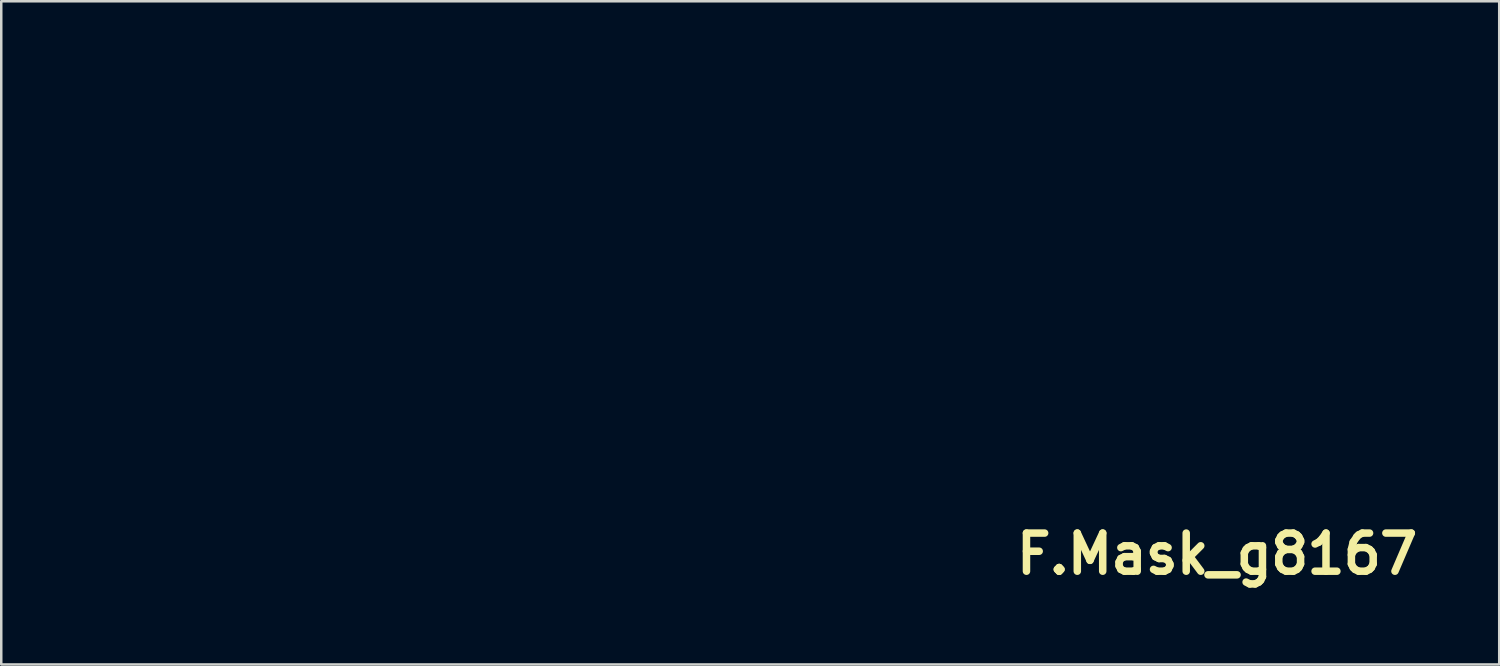
<source format=kicad_pcb>
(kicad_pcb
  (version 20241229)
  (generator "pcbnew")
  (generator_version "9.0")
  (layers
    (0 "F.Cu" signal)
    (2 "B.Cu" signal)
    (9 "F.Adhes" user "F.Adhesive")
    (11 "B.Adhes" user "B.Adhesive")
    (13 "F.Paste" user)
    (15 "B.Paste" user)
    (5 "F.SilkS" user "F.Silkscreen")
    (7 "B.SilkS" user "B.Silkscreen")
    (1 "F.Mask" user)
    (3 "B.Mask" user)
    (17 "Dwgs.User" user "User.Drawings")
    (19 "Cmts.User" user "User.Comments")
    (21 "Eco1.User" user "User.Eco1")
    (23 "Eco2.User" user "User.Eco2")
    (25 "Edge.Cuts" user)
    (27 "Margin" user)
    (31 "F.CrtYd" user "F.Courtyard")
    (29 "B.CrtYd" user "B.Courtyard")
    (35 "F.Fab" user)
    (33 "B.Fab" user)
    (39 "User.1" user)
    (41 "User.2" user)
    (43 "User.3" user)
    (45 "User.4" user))
  (footprint "F.Mask_g8167"
    (layer "F.Cu")
    (at 45.608 19.097)
    (property "Reference" "F.Mask_g8167" (at 0 0 0) (layer "F.SilkS") (effects (font (size 1.524 1.524) (thickness 0.3))))
    (attr through_hole)
    (fp_poly (pts (xy -42.173 -19.066) (xy -41.963 -18.979) (xy -41.752 -18.822) (xy -41.743 -18.814) (xy -41.661 -18.74) (xy -41.595 -18.674) (xy -41.542 -18.607) (xy -41.501 -18.529) (xy -41.47 -18.431) (xy -41.448 -18.303) (xy -41.432 -18.136) (xy -41.421 -17.922) (xy -41.413 -17.65) (xy -41.408 -17.311) (xy -41.402 -16.933) (xy -41.381 -15.473) (xy -39.285 -15.45) (xy -39.285 -16.819) (xy -39.285 -17.215) (xy -39.282 -17.536) (xy -39.278 -17.791) (xy -39.272 -17.989) (xy -39.262 -18.139) (xy -39.25 -18.251) (xy -39.234 -18.334) (xy -39.221 -18.378) (xy -39.093 -18.638) (xy -38.915 -18.84) (xy -38.699 -18.982) (xy -38.456 -19.066) (xy -38.2 -19.088) (xy -37.943 -19.048) (xy -37.696 -18.945) (xy -37.473 -18.778) (xy -37.285 -18.546) (xy -37.282 -18.542) (xy -37.257 -18.499) (xy -37.237 -18.453) (xy -37.221 -18.393) (xy -37.209 -18.311) (xy -37.199 -18.198) (xy -37.191 -18.044) (xy -37.184 -17.84) (xy -37.179 -17.577) (xy -37.173 -17.246) (xy -37.169 -16.933) (xy -37.148 -15.473) (xy -36.449 -15.452) (xy -36.163 -15.441) (xy -35.945 -15.427) (xy -35.781 -15.405) (xy -35.656 -15.37) (xy -35.553 -15.318) (xy -35.456 -15.245) (xy -35.352 -15.145) (xy -35.341 -15.134) (xy -35.17 -14.925) (xy -35.072 -14.706) (xy -35.037 -14.45) (xy -35.037 -14.413) (xy -35.075 -14.117) (xy -35.189 -13.857) (xy -35.377 -13.637) (xy -35.408 -13.611) (xy -35.54 -13.51) (xy -35.661 -13.437) (xy -35.791 -13.387) (xy -35.945 -13.357) (xy -36.143 -13.341) (xy -36.402 -13.335) (xy -36.511 -13.335) (xy -37.126 -13.335) (xy -37.126 -10.964) (xy -36.587 -10.963) (xy -36.361 -10.959) (xy -36.148 -10.95) (xy -35.971 -10.936) (xy -35.856 -10.919) (xy -35.6 -10.819) (xy -35.373 -10.652) (xy -35.193 -10.433) (xy -35.073 -10.178) (xy -35.053 -10.103) (xy -35.036 -9.841) (xy -35.091 -9.576) (xy -35.209 -9.328) (xy -35.381 -9.115) (xy -35.554 -8.984) (xy -35.63 -8.942) (xy -35.701 -8.911) (xy -35.783 -8.889) (xy -35.89 -8.875) (xy -36.039 -8.866) (xy -36.245 -8.859) (xy -36.46 -8.855) (xy -37.169 -8.841) (xy -37.169 -7.425) (xy -37.169 -7.019) (xy -37.17 -6.687) (xy -37.175 -6.422) (xy -37.184 -6.212) (xy -37.199 -6.048) (xy -37.221 -5.921) (xy -37.252 -5.82) (xy -37.294 -5.737) (xy -37.348 -5.662) (xy -37.415 -5.584) (xy -37.465 -5.529) (xy -37.688 -5.345) (xy -37.94 -5.232) (xy -38.208 -5.19) (xy -38.476 -5.22) (xy -38.731 -5.322) (xy -38.957 -5.496) (xy -38.983 -5.523) (xy -39.06 -5.611) (xy -39.123 -5.697) (xy -39.173 -5.792) (xy -39.211 -5.904) (xy -39.24 -6.044) (xy -39.26 -6.22) (xy -39.273 -6.443) (xy -39.281 -6.721) (xy -39.284 -7.064) (xy -39.285 -7.482) (xy -39.285 -7.501) (xy -39.285 -8.848) (xy -41.402 -8.848) (xy -41.402 -7.428) (xy -41.402 -7.023) (xy -41.404 -6.693) (xy -41.408 -6.428) (xy -41.417 -6.219) (xy -41.431 -6.055) (xy -41.451 -5.928) (xy -41.48 -5.827) (xy -41.517 -5.742) (xy -41.566 -5.664) (xy -41.626 -5.584) (xy -41.656 -5.545) (xy -41.847 -5.369) (xy -42.088 -5.25) (xy -42.359 -5.194) (xy -42.641 -5.206) (xy -42.661 -5.21) (xy -42.884 -5.29) (xy -43.099 -5.433) (xy -43.278 -5.617) (xy -43.338 -5.706) (xy -43.455 -5.905) (xy -43.468 -7.377) (xy -43.48 -8.848) (xy -44.108 -8.848) (xy -44.469 -8.857) (xy -44.759 -8.886) (xy -44.988 -8.941) (xy -45.169 -9.027) (xy -45.312 -9.148) (xy -45.429 -9.309) (xy -45.49 -9.422) (xy -45.588 -9.71) (xy -45.603 -9.998) (xy -45.536 -10.276) (xy -45.39 -10.536) (xy -45.334 -10.604) (xy -45.219 -10.72) (xy -45.099 -10.808) (xy -44.958 -10.87) (xy -44.781 -10.912) (xy -44.554 -10.939) (xy -44.261 -10.954) (xy -44.164 -10.957) (xy -43.519 -10.973) (xy -43.519 -13.335) (xy -41.402 -13.335) (xy -41.402 -10.964) (xy -39.285 -10.964) (xy -39.285 -13.335) (xy -41.402 -13.335) (xy -43.519 -13.335) (xy -43.519 -13.377) (xy -44.185 -13.378) (xy -44.488 -13.382) (xy -44.722 -13.395) (xy -44.901 -13.421) (xy -45.042 -13.464) (xy -45.158 -13.528) (xy -45.265 -13.618) (xy -45.326 -13.679) (xy -45.482 -13.891) (xy -45.571 -14.134) (xy -45.598 -14.422) (xy -45.563 -14.721) (xy -45.457 -14.975) (xy -45.279 -15.184) (xy -45.029 -15.349) (xy -44.979 -15.373) (xy -44.898 -15.403) (xy -44.802 -15.425) (xy -44.674 -15.439) (xy -44.499 -15.447) (xy -44.261 -15.45) (xy -44.143 -15.451) (xy -43.476 -15.452) (xy -43.475 -16.88) (xy -43.475 -17.294) (xy -43.473 -17.632) (xy -43.467 -17.905) (xy -43.457 -18.121) (xy -43.44 -18.29) (xy -43.414 -18.422) (xy -43.378 -18.526) (xy -43.331 -18.611) (xy -43.27 -18.687) (xy -43.194 -18.763) (xy -43.127 -18.825) (xy -42.922 -18.977) (xy -42.698 -19.063) (xy -42.43 -19.092) (xy -42.406 -19.092) (xy -42.173 -19.066)) (stroke (width 0.01) (type solid)) (fill yes) (layer "F.Mask")))
  (gr_rect
    (start -3 -3)
    (end 56.888 23.515)
    (stroke (width 0.1) (type default))
    (fill no)
    (layer "Edge.Cuts")))
</source>
